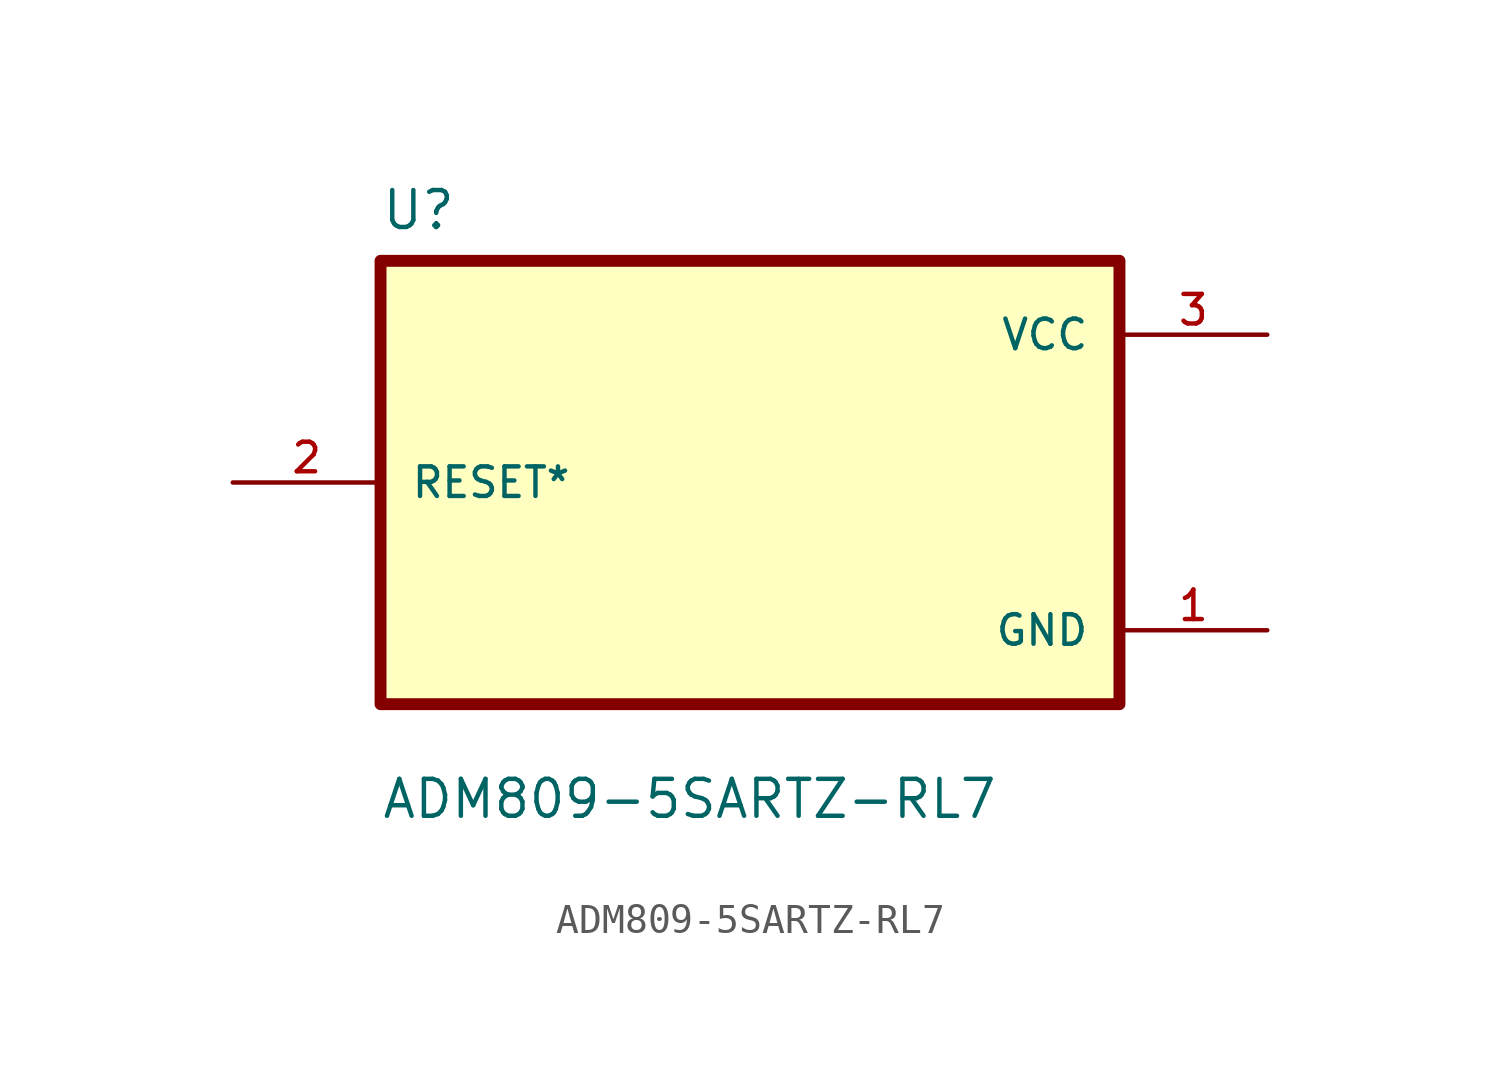
<source format=kicad_sym>
(kicad_symbol_lib
  (version 20211014)
  (generator kicad_symbol_editor)
  (symbol "ADM809-5SARTZ-RL7"
    (pin_names
      (offset 1.016))
    (property "Reference" "U"
      (at -12.7 8.62 0.0)
      (effects (font (size 1.27 1.27)) (justify bottom left)))
    (property "Value" "ADM809-5SARTZ-RL7"
      (at -12.7 -11.62 0.0)
      (effects (font (size 1.27 1.27)) (justify bottom left)))
    (symbol "ADM809-5SARTZ-RL7_0_0"
      (rectangle (start -12.7 -7.62) (end 12.7 7.62) (stroke (width 0.41)) (fill (type background)))
      (pin bidirectional line (at -17.78 0.0 0) (length 5.08) (name "RESET*" (effects (font (size 1.016 1.016)))) (number "2" (effects (font (size 1.016 1.016)))))
      (pin power_in line (at 17.78 5.08 180.0) (length 5.08) (name "VCC" (effects (font (size 1.016 1.016)))) (number "3" (effects (font (size 1.016 1.016)))))
      (pin power_in line (at 17.78 -5.08 180.0) (length 5.08) (name "GND" (effects (font (size 1.016 1.016)))) (number "1" (effects (font (size 1.016 1.016))))))))
</source>
